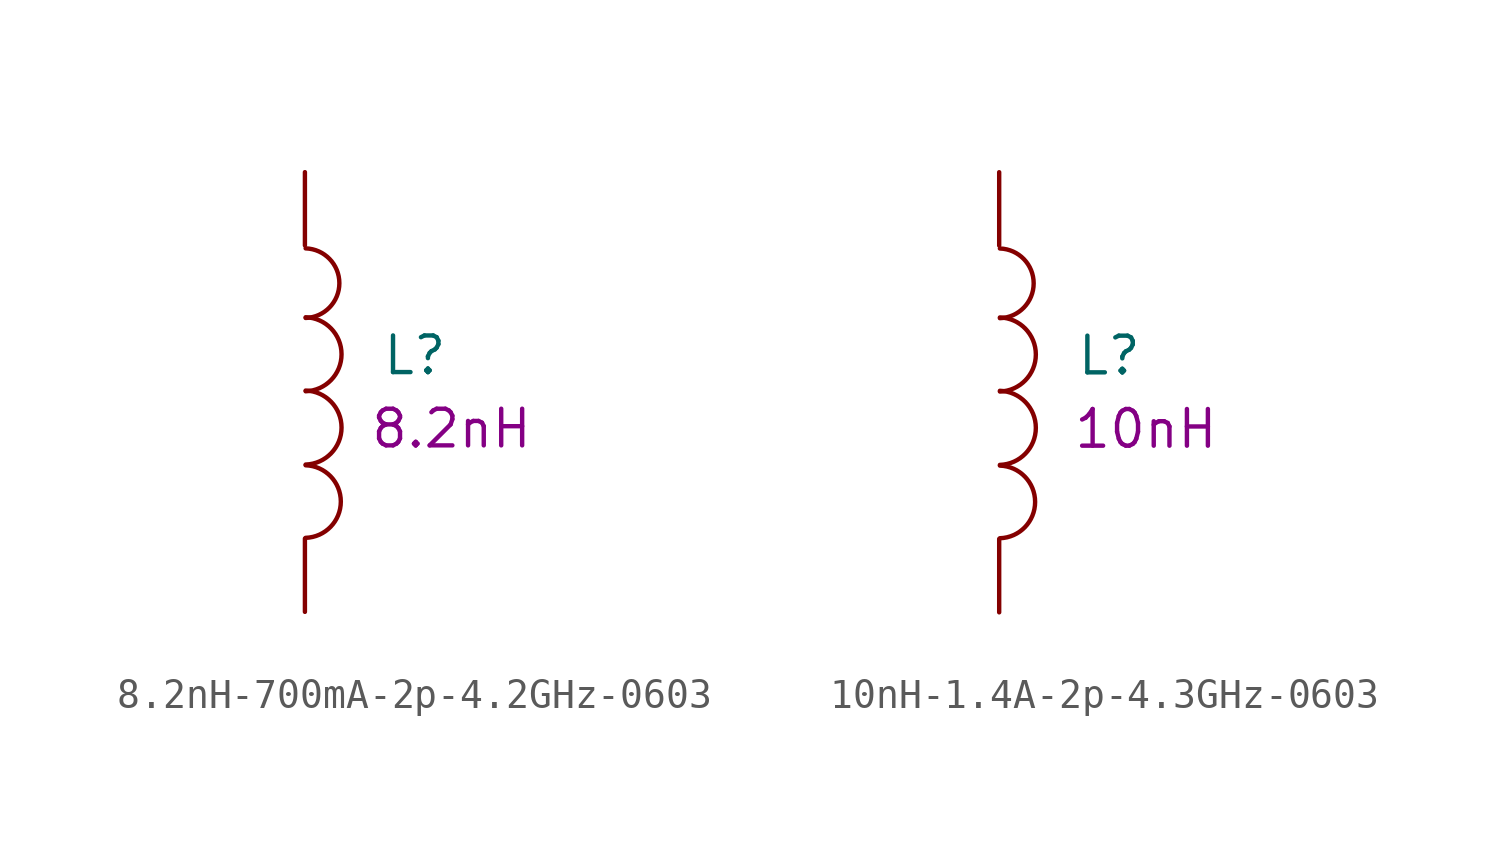
<source format=kicad_sym>
(kicad_symbol_lib
  (version 20211014)
  (generator kicad_symbol_editor)
  (symbol "8.2nH-700mA-2p-4.2GHz-0603"
    (pin_numbers hide)
    (pin_names
      (offset 1.016) hide)
    (property "Reference" "L"
      (at 3.81 -6.35 0)
      (effects (font (size 1.27 1.27))))
    (property "Datasheet" ""
      (at 0 0 0)
      (effects (font (size 1.27 1.27))))
    (property "Desc1" "8.2nH"
      (at 5.08 -8.89 0)
      (effects (font (size 1.27 1.27))))
    (symbol "8.2nH-700mA-2p-4.2GHz-0603_0_1"
      (arc (start 0.0254 -12.6746) (mid 1.2449 -11.4297) (end 0.0254 -10.16) (stroke (width 0) (type default) (color 0 0 0 0)) (fill (type none)))
      (arc (start 0.0254 -10.1346) (mid 1.2703 -8.8644) (end 0.0254 -7.5692) (stroke (width 0) (type default) (color 0 0 0 0)) (fill (type none)))
      (arc (start 0.0254 -7.5946) (mid 1.2703 -6.3244) (end 0.0254 -5.0292) (stroke (width 0) (type default) (color 0 0 0 0)) (fill (type none)))
      (arc (start 0.0254 -5.0546) (mid 1.1941 -3.8605) (end 0.0254 -2.6416) (stroke (width 0) (type default) (color 0 0 0 0)) (fill (type none))))
    (symbol "8.2nH-700mA-2p-4.2GHz-0603_1_1"
      (pin passive line (at 0 0 270) (length 2.54) (name "1" (effects (font (size 1.778 1.778)))) (number "1" (effects (font (size 1.778 1.778)))))
      (pin passive line (at 0 -15.24 90) (length 2.54) (name "2" (effects (font (size 1.778 1.778)))) (number "2" (effects (font (size 1.778 1.778)))))))
  (symbol "10nH-1.4A-2p-4.3GHz-0603"
    (pin_numbers hide)
    (pin_names
      (offset 1.016) hide)
    (property "Reference" "L"
      (at 3.81 -6.35 0)
      (effects (font (size 1.27 1.27))))
    (property "Datasheet" ""
      (at 0 0 0)
      (effects (font (size 1.27 1.27))))
    (property "Desc1" "10nH"
      (at 5.08 -8.89 0)
      (effects (font (size 1.27 1.27))))
    (symbol "10nH-1.4A-2p-4.3GHz-0603_0_1"
      (arc (start 0.0254 -12.6746) (mid 1.2449 -11.4297) (end 0.0254 -10.16) (stroke (width 0) (type default) (color 0 0 0 0)) (fill (type none)))
      (arc (start 0.0254 -10.1346) (mid 1.2703 -8.8644) (end 0.0254 -7.5692) (stroke (width 0) (type default) (color 0 0 0 0)) (fill (type none)))
      (arc (start 0.0254 -7.5946) (mid 1.2703 -6.3244) (end 0.0254 -5.0292) (stroke (width 0) (type default) (color 0 0 0 0)) (fill (type none)))
      (arc (start 0.0254 -5.0546) (mid 1.1941 -3.8605) (end 0.0254 -2.6416) (stroke (width 0) (type default) (color 0 0 0 0)) (fill (type none))))
    (symbol "10nH-1.4A-2p-4.3GHz-0603_1_1"
      (pin passive line (at 0 0 270) (length 2.54) (name "1" (effects (font (size 1.778 1.778)))) (number "1" (effects (font (size 1.778 1.778)))))
      (pin passive line (at 0 -15.24 90) (length 2.54) (name "2" (effects (font (size 1.778 1.778)))) (number "2" (effects (font (size 1.778 1.778))))))))
</source>
